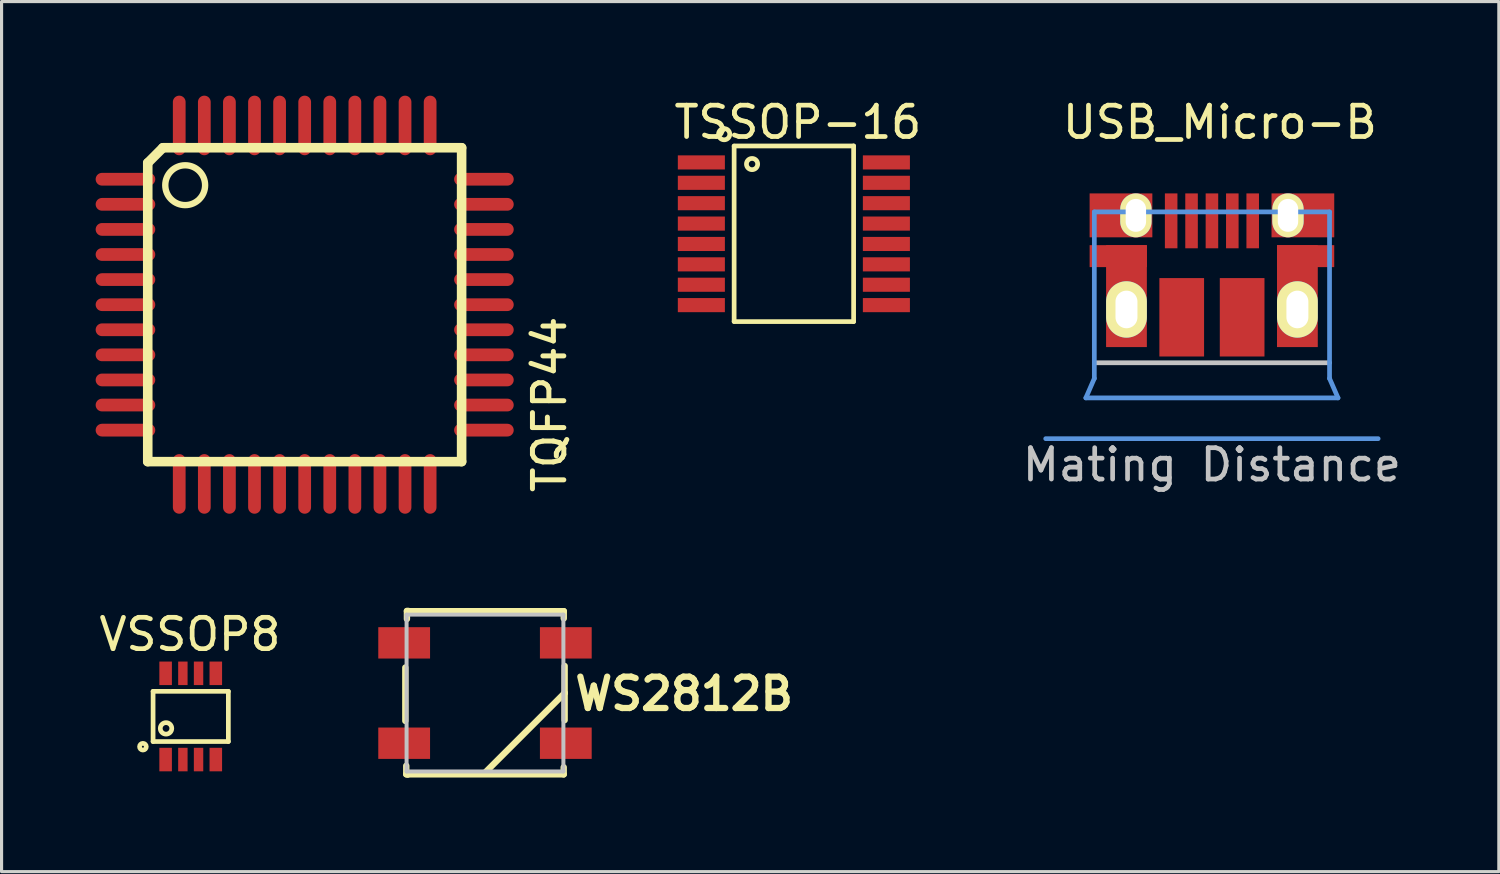
<source format=kicad_pcb>
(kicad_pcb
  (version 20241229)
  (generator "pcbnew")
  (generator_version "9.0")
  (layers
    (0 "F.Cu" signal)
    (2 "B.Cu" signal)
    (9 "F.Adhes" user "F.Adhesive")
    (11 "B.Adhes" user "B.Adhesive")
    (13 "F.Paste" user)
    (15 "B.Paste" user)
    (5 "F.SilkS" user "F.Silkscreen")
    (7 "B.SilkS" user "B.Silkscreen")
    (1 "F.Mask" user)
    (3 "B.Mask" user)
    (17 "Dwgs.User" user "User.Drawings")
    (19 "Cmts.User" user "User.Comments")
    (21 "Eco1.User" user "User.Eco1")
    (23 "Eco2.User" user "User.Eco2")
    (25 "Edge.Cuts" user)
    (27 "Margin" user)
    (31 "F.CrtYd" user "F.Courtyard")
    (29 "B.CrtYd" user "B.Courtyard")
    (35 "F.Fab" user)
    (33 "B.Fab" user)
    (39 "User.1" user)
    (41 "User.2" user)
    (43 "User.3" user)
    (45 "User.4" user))
  (footprint "TSSOP-16"
    (layer "F.Cu")
    (at 22.263 4.404)
    (property "Reference" "TSSOP-16" (at 0.127 -3.556 0) (layer "F.SilkS") (effects (font (size 1 1) (thickness 0.15))))
    (attr smd)
    (fp_line (start -1.905 -2.8) (end 1.905 -2.8) (stroke (width 0.15) (type solid)) (layer "F.SilkS"))
    (fp_line (start -1.905 -2.794) (end -1.905 2.794) (stroke (width 0.15) (type solid)) (layer "F.SilkS"))
    (fp_line (start -1.905 2.8) (end 1.905 2.8) (stroke (width 0.15) (type solid)) (layer "F.SilkS"))
    (fp_line (start 1.905 -2.8) (end 1.905 2.8) (stroke (width 0.15) (type solid)) (layer "F.SilkS"))
    (fp_circle (center -2.223 -3.175) (end -2.349 -3.302) (stroke (width 0.15) (type solid)) (fill no) (layer "F.SilkS"))
    (fp_circle (center -1.333 -2.223) (end -1.46 -2.349) (stroke (width 0.15) (type solid)) (fill no) (layer "F.SilkS"))
    (pad "1" smd rect (at -2.95 -2.275) (size 1.5 0.45) (layers "F.Cu" "F.Mask" "F.Paste"))
    (pad "2" smd rect (at -2.95 -1.625) (size 1.5 0.45) (layers "F.Cu" "F.Mask" "F.Paste"))
    (pad "3" smd rect (at -2.95 -0.975) (size 1.5 0.45) (layers "F.Cu" "F.Mask" "F.Paste"))
    (pad "4" smd rect (at -2.95 -0.325) (size 1.5 0.45) (layers "F.Cu" "F.Mask" "F.Paste"))
    (pad "5" smd rect (at -2.95 0.325) (size 1.5 0.45) (layers "F.Cu" "F.Mask" "F.Paste"))
    (pad "6" smd rect (at -2.95 0.975) (size 1.5 0.45) (layers "F.Cu" "F.Mask" "F.Paste"))
    (pad "7" smd rect (at -2.95 1.625) (size 1.5 0.45) (layers "F.Cu" "F.Mask" "F.Paste"))
    (pad "8" smd rect (at -2.95 2.275) (size 1.5 0.45) (layers "F.Cu" "F.Mask" "F.Paste"))
    (pad "9" smd rect (at 2.95 2.275) (size 1.5 0.45) (layers "F.Cu" "F.Mask" "F.Paste"))
    (pad "10" smd rect (at 2.95 1.625) (size 1.5 0.45) (layers "F.Cu" "F.Mask" "F.Paste"))
    (pad "11" smd rect (at 2.95 0.975) (size 1.5 0.45) (layers "F.Cu" "F.Mask" "F.Paste"))
    (pad "12" smd rect (at 2.95 0.325) (size 1.5 0.45) (layers "F.Cu" "F.Mask" "F.Paste"))
    (pad "13" smd rect (at 2.95 -0.325) (size 1.5 0.45) (layers "F.Cu" "F.Mask" "F.Paste"))
    (pad "14" smd rect (at 2.95 -0.975) (size 1.5 0.45) (layers "F.Cu" "F.Mask" "F.Paste"))
    (pad "15" smd rect (at 2.95 -1.625) (size 1.5 0.45) (layers "F.Cu" "F.Mask" "F.Paste"))
    (pad "16" smd rect (at 2.95 -2.275) (size 1.5 0.45) (layers "F.Cu" "F.Mask" "F.Paste")))
  (footprint "TQFP44"
    (layer "F.Cu")
    (at 6.665 6.665)
    (property "Reference" "TQFP44" (at 7.808 3.18 270) (layer "F.SilkS") (effects (font (size 1 1) (thickness 0.159))))
    (attr smd)
    (fp_line (start -5.004 -4.521) (end -5.004 5.004) (stroke (width 0.305) (type solid)) (layer "F.SilkS"))
    (fp_line (start -5.004 -4.521) (end -4.521 -5.004) (stroke (width 0.305) (type solid)) (layer "F.SilkS"))
    (fp_line (start -4.521 -5.004) (end 5.004 -5.004) (stroke (width 0.305) (type solid)) (layer "F.SilkS"))
    (fp_line (start 5.004 -5.004) (end 5.004 5.004) (stroke (width 0.305) (type solid)) (layer "F.SilkS"))
    (fp_line (start 5.004 5.004) (end -5.004 5.004) (stroke (width 0.305) (type solid)) (layer "F.SilkS"))
    (fp_circle (center -3.81 -3.81) (end -3.81 -3.175) (stroke (width 0.203) (type solid)) (fill no) (layer "F.SilkS"))
    (pad "1" smd oval (at -5.715 -4) (size 1.9 0.406) (layers "F.Cu" "F.Mask"))
    (pad "2" smd oval (at -5.715 -3.2) (size 1.9 0.406) (layers "F.Cu" "F.Mask"))
    (pad "3" smd oval (at -5.715 -2.4) (size 1.9 0.406) (layers "F.Cu" "F.Mask"))
    (pad "4" smd oval (at -5.715 -1.6) (size 1.9 0.406) (layers "F.Cu" "F.Mask"))
    (pad "5" smd oval (at -5.715 -0.8) (size 1.9 0.406) (layers "F.Cu" "F.Mask"))
    (pad "6" smd oval (at -5.715 0) (size 1.9 0.406) (layers "F.Cu" "F.Mask"))
    (pad "7" smd oval (at -5.715 0.8) (size 1.9 0.406) (layers "F.Cu" "F.Mask"))
    (pad "8" smd oval (at -5.715 1.6) (size 1.9 0.406) (layers "F.Cu" "F.Mask"))
    (pad "9" smd oval (at -5.715 2.4) (size 1.9 0.406) (layers "F.Cu" "F.Mask"))
    (pad "10" smd oval (at -5.715 3.2) (size 1.9 0.406) (layers "F.Cu" "F.Mask"))
    (pad "11" smd oval (at -5.715 4) (size 1.9 0.406) (layers "F.Cu" "F.Mask"))
    (pad "12" smd oval (at -4 5.715) (size 0.406 1.9) (layers "F.Cu" "F.Mask"))
    (pad "13" smd oval (at -3.2 5.715) (size 0.406 1.9) (layers "F.Cu" "F.Mask"))
    (pad "14" smd oval (at -2.4 5.715) (size 0.406 1.9) (layers "F.Cu" "F.Mask"))
    (pad "15" smd oval (at -1.6 5.715) (size 0.406 1.9) (layers "F.Cu" "F.Mask"))
    (pad "16" smd oval (at -0.8 5.715) (size 0.406 1.9) (layers "F.Cu" "F.Mask"))
    (pad "17" smd oval (at 0 5.715) (size 0.406 1.9) (layers "F.Cu" "F.Mask"))
    (pad "18" smd oval (at 0.8 5.715) (size 0.406 1.9) (layers "F.Cu" "F.Mask"))
    (pad "19" smd oval (at 1.6 5.715) (size 0.406 1.9) (layers "F.Cu" "F.Mask"))
    (pad "20" smd oval (at 2.4 5.715) (size 0.406 1.9) (layers "F.Cu" "F.Mask"))
    (pad "21" smd oval (at 3.2 5.715) (size 0.406 1.9) (layers "F.Cu" "F.Mask"))
    (pad "22" smd oval (at 4 5.715) (size 0.406 1.9) (layers "F.Cu" "F.Mask"))
    (pad "23" smd oval (at 5.715 4) (size 1.9 0.406) (layers "F.Cu" "F.Mask"))
    (pad "24" smd oval (at 5.715 3.2) (size 1.9 0.406) (layers "F.Cu" "F.Mask"))
    (pad "25" smd oval (at 5.715 2.4) (size 1.9 0.406) (layers "F.Cu" "F.Mask"))
    (pad "26" smd oval (at 5.715 1.6) (size 1.9 0.406) (layers "F.Cu" "F.Mask"))
    (pad "27" smd oval (at 5.715 0.8) (size 1.9 0.406) (layers "F.Cu" "F.Mask"))
    (pad "28" smd oval (at 5.715 0) (size 1.9 0.406) (layers "F.Cu" "F.Mask"))
    (pad "29" smd oval (at 5.715 -0.8) (size 1.9 0.406) (layers "F.Cu" "F.Mask"))
    (pad "30" smd oval (at 5.715 -1.6) (size 1.9 0.406) (layers "F.Cu" "F.Mask"))
    (pad "31" smd oval (at 5.715 -2.4) (size 1.9 0.406) (layers "F.Cu" "F.Mask"))
    (pad "32" smd oval (at 5.715 -3.2) (size 1.9 0.406) (layers "F.Cu" "F.Mask"))
    (pad "33" smd oval (at 5.715 -4) (size 1.9 0.406) (layers "F.Cu" "F.Mask"))
    (pad "34" smd oval (at 4 -5.715) (size 0.406 1.9) (layers "F.Cu" "F.Mask"))
    (pad "35" smd oval (at 3.2 -5.715) (size 0.406 1.9) (layers "F.Cu" "F.Mask"))
    (pad "36" smd oval (at 2.4 -5.715) (size 0.406 1.9) (layers "F.Cu" "F.Mask"))
    (pad "37" smd oval (at 1.6 -5.715) (size 0.406 1.9) (layers "F.Cu" "F.Mask"))
    (pad "38" smd oval (at 0.8 -5.715) (size 0.406 1.9) (layers "F.Cu" "F.Mask"))
    (pad "39" smd oval (at 0 -5.715) (size 0.406 1.9) (layers "F.Cu" "F.Mask"))
    (pad "40" smd oval (at -0.8 -5.715) (size 0.406 1.9) (layers "F.Cu" "F.Mask"))
    (pad "41" smd oval (at -1.6 -5.715) (size 0.406 1.9) (layers "F.Cu" "F.Mask"))
    (pad "42" smd oval (at -2.4 -5.715) (size 0.406 1.9) (layers "F.Cu" "F.Mask"))
    (pad "43" smd oval (at -3.2 -5.715) (size 0.406 1.9) (layers "F.Cu" "F.Mask"))
    (pad "44" smd oval (at -4 -5.715) (size 0.406 1.9) (layers "F.Cu" "F.Mask")))
  (footprint "WS2812B"
    (layer "F.Cu")
    (at 12.414 19.048)
    (property "Reference" "WS2812B" (at 6.35 0.025 0) (layer "F.SilkS") (effects (font (size 1 1) (thickness 0.2))))
    (attr smd)
    (fp_line (start -2.54 0.889) (end -2.54 -0.813) (stroke (width 0.203) (type solid)) (layer "F.SilkS"))
    (fp_line (start -2.51 2.319) (end -2.51 2.591) (stroke (width 0.203) (type solid)) (layer "F.SilkS"))
    (fp_line (start -2.51 2.591) (end -2.459 2.591) (stroke (width 0.203) (type solid)) (layer "F.SilkS"))
    (fp_line (start -2.489 -2.616) (end -2.438 -2.616) (stroke (width 0.203) (type solid)) (layer "F.SilkS"))
    (fp_line (start -2.489 -2.362) (end -2.489 -2.616) (stroke (width 0.203) (type solid)) (layer "F.SilkS"))
    (fp_line (start -2.459 2.591) (end -2.459 2.593) (stroke (width 0.203) (type solid)) (layer "F.SilkS"))
    (fp_line (start -2.459 2.593) (end 2.51 2.593) (stroke (width 0.203) (type solid)) (layer "F.SilkS"))
    (fp_line (start -2.438 -2.616) (end -2.438 -2.611) (stroke (width 0.203) (type solid)) (layer "F.SilkS"))
    (fp_line (start -2.438 -2.611) (end 2.512 -2.611) (stroke (width 0.203) (type solid)) (layer "F.SilkS"))
    (fp_line (start 2.51 2.593) (end 2.51 2.367) (stroke (width 0.203) (type solid)) (layer "F.SilkS"))
    (fp_line (start 2.512 -2.611) (end 2.512 -2.38) (stroke (width 0.203) (type solid)) (layer "F.SilkS"))
    (fp_line (start 2.54 -0.864) (end 2.54 0) (stroke (width 0.203) (type solid)) (layer "F.SilkS"))
    (fp_line (start 2.54 0) (end 0 2.54) (stroke (width 0.203) (type solid)) (layer "F.SilkS"))
    (fp_line (start 2.54 0) (end 2.54 0.864) (stroke (width 0.203) (type solid)) (layer "F.SilkS"))
    (fp_line (start -2.5 -2.5) (end -2.5 2.5) (stroke (width 0.127) (type solid)) (layer "Dwgs.User"))
    (fp_line (start -2.5 2.5) (end 2.5 2.5) (stroke (width 0.127) (type solid)) (layer "Dwgs.User"))
    (fp_line (start 2.5 -2.5) (end -2.5 -2.5) (stroke (width 0.127) (type solid)) (layer "Dwgs.User"))
    (fp_line (start 2.5 2.5) (end 2.5 -2.5) (stroke (width 0.127) (type solid)) (layer "Dwgs.User"))
    (pad "1" smd rect (at -2.577 -1.6) (size 1.651 1) (layers "F.Cu" "F.Mask" "F.Paste"))
    (pad "2" smd rect (at -2.577 1.6) (size 1.651 1) (layers "F.Cu" "F.Mask" "F.Paste"))
    (pad "3" smd rect (at 2.577 1.6) (size 1.651 1) (layers "F.Cu" "F.Mask" "F.Paste"))
    (pad "4" smd rect (at 2.577 -1.6) (size 1.651 1) (layers "F.Cu" "F.Mask" "F.Paste")))
  (footprint "USB_Micro-B"
    (layer "F.Cu")
    (at 35.593 6.817)
    (property "Reference" "USB_Micro-B" (at 0.254 -5.969 0) (layer "F.SilkS") (effects (font (size 1 1) (thickness 0.15))))
    (attr smd)
    (fp_line (start -3.75 1.7) (end 3.75 1.7) (stroke (width 0.15) (type solid)) (layer "Dwgs.User"))
    (fp_line (start -5.3 4.12) (end 5.3 4.12) (stroke (width 0.15) (type solid)) (layer "Cmts.User"))
    (fp_line (start -4.02 2.82) (end 4.02 2.82) (stroke (width 0.15) (type solid)) (layer "Cmts.User"))
    (fp_line (start -3.75 -3.11) (end 3.75 -3.11) (stroke (width 0.15) (type solid)) (layer "Cmts.User"))
    (fp_line (start -3.75 2.2) (end -4.02 2.82) (stroke (width 0.15) (type solid)) (layer "Cmts.User"))
    (fp_line (start -3.75 2.2) (end -3.75 -3.11) (stroke (width 0.15) (type solid)) (layer "Cmts.User"))
    (fp_line (start 3.75 -3.11) (end 3.75 2.2) (stroke (width 0.15) (type solid)) (layer "Cmts.User"))
    (fp_line (start 3.75 2.2) (end 4.02 2.82) (stroke (width 0.15) (type solid)) (layer "Cmts.User"))
    (fp_line (start -4.5 -4.5) (end -4.5 3) (stroke (width 0.15) (type solid)) (layer "Eco1.User"))
    (fp_line (start -4.5 -4.5) (end 4.5 -4.5) (stroke (width 0.15) (type solid)) (layer "Eco1.User"))
    (fp_line (start -4.5 3) (end 4.5 3) (stroke (width 0.15) (type solid)) (layer "Eco1.User"))
    (fp_line (start 4.5 -4.5) (end 4.5 3) (stroke (width 0.15) (type solid)) (layer "Eco1.User"))
    (fp_text user "Mating Distance" (at 0 4.953 0) (layer "Dwgs.User") (effects (font (size 1 1) (thickness 0.15))))
    (pad "1" smd rect (at -1.3 -2.825 90) (size 1.75 0.4) (layers "F.Cu" "F.Mask" "F.Paste"))
    (pad "2" smd rect (at -0.65 -2.825 90) (size 1.75 0.4) (layers "F.Cu" "F.Mask" "F.Paste"))
    (pad "3" smd rect (at 0 -2.825 90) (size 1.75 0.4) (layers "F.Cu" "F.Mask" "F.Paste"))
    (pad "4" smd rect (at 0.65 -2.825 90) (size 1.75 0.4) (layers "F.Cu" "F.Mask" "F.Paste"))
    (pad "5" smd rect (at 1.3 -2.825 90) (size 1.75 0.4) (layers "F.Cu" "F.Mask" "F.Paste"))
    (pad "6" smd rect (at -2.987 -1.7) (size 1.825 0.7) (layers "F.Cu" "F.Mask" "F.Paste"))
    (pad "6" thru_hole oval (at -2.725 0) (size 1.3 1.8) (drill oval 0.7 1.2) (layers "*.Cu" "*.Mask" "F.SilkS"))
    (pad "6" connect rect (at -2.725 0) (size 1.3 3.25) (drill oval (offset 0 -0.425)) (layers "F.Cu" "F.Mask"))
    (pad "6" thru_hole oval (at -2.425 -3) (size 1 1.4) (drill oval 0.65 1.05) (layers "*.Cu" "*.Mask" "F.SilkS"))
    (pad "6" smd rect (at -2.425 -3) (size 2 1.4) (drill oval (offset -0.475 0)) (layers "F.Cu" "F.Mask" "F.Paste"))
    (pad "6" smd rect (at -0.963 0.25) (size 1.425 2.5) (layers "F.Cu" "F.Mask" "F.Paste"))
    (pad "6" smd rect (at 0.963 0.25) (size 1.425 2.5) (layers "F.Cu" "F.Mask" "F.Paste"))
    (pad "6" thru_hole oval (at 2.425 -3) (size 1 1.4) (drill oval 0.65 1.05) (layers "*.Cu" "*.Mask" "F.SilkS"))
    (pad "6" smd rect (at 2.425 -3) (size 2 1.4) (drill oval (offset 0.475 0)) (layers "F.Cu" "F.Mask" "F.Paste"))
    (pad "6" thru_hole oval (at 2.725 0) (size 1.3 1.8) (drill oval 0.7 1.2) (layers "*.Cu" "*.Mask" "F.SilkS"))
    (pad "6" smd rect (at 2.725 0) (size 1.3 3.25) (drill oval (offset 0 -0.425)) (layers "F.Cu" "F.Mask" "F.Paste"))
    (pad "6" smd rect (at 2.987 -1.7) (size 1.825 0.7) (layers "F.Cu" "F.Mask" "F.Paste")))
  (footprint "VSSOP8"
    (layer "F.Cu")
    (at 3.031 19.794)
    (property "Reference" "VSSOP8" (at -0.025 -2.616 0) (layer "F.SilkS") (effects (font (size 1 1) (thickness 0.15))))
    (attr through_hole)
    (fp_line (start -1.2 -0.8) (end 1.2 -0.8) (stroke (width 0.15) (type solid)) (layer "F.SilkS"))
    (fp_line (start -1.2 0.8) (end -1.2 -0.8) (stroke (width 0.15) (type solid)) (layer "F.SilkS"))
    (fp_line (start 1.2 -0.8) (end 1.2 0.8) (stroke (width 0.15) (type solid)) (layer "F.SilkS"))
    (fp_line (start 1.2 0.8) (end -1.2 0.8) (stroke (width 0.15) (type solid)) (layer "F.SilkS"))
    (fp_circle (center -1.524 0.965) (end -1.448 0.889) (stroke (width 0.15) (type solid)) (fill no) (layer "F.SilkS"))
    (fp_circle (center -0.787 0.381) (end -0.635 0.279) (stroke (width 0.15) (type solid)) (fill no) (layer "F.SilkS"))
    (pad "1" smd rect (at -0.8 1.375) (size 0.4 0.75) (layers "F.Cu" "F.Mask" "F.Paste"))
    (pad "2" smd rect (at -0.25 1.375) (size 0.3 0.75) (layers "F.Cu" "F.Mask" "F.Paste"))
    (pad "3" smd rect (at 0.25 1.375) (size 0.3 0.75) (layers "F.Cu" "F.Mask" "F.Paste"))
    (pad "4" smd rect (at 0.8 1.375) (size 0.4 0.75) (layers "F.Cu" "F.Mask" "F.Paste"))
    (pad "5" smd rect (at 0.8 -1.375) (size 0.4 0.75) (layers "F.Cu" "F.Mask" "F.Paste"))
    (pad "6" smd rect (at 0.25 -1.375) (size 0.3 0.75) (layers "F.Cu" "F.Mask" "F.Paste"))
    (pad "7" smd rect (at -0.25 -1.375) (size 0.3 0.75) (layers "F.Cu" "F.Mask" "F.Paste"))
    (pad "8" smd rect (at -0.8 -1.375) (size 0.4 0.75) (layers "F.Cu" "F.Mask" "F.Paste")))
  (gr_rect
    (start -3 -3)
    (end 44.741 24.743)
    (stroke (width 0.1) (type default))
    (fill no)
    (layer "Edge.Cuts")))
</source>
